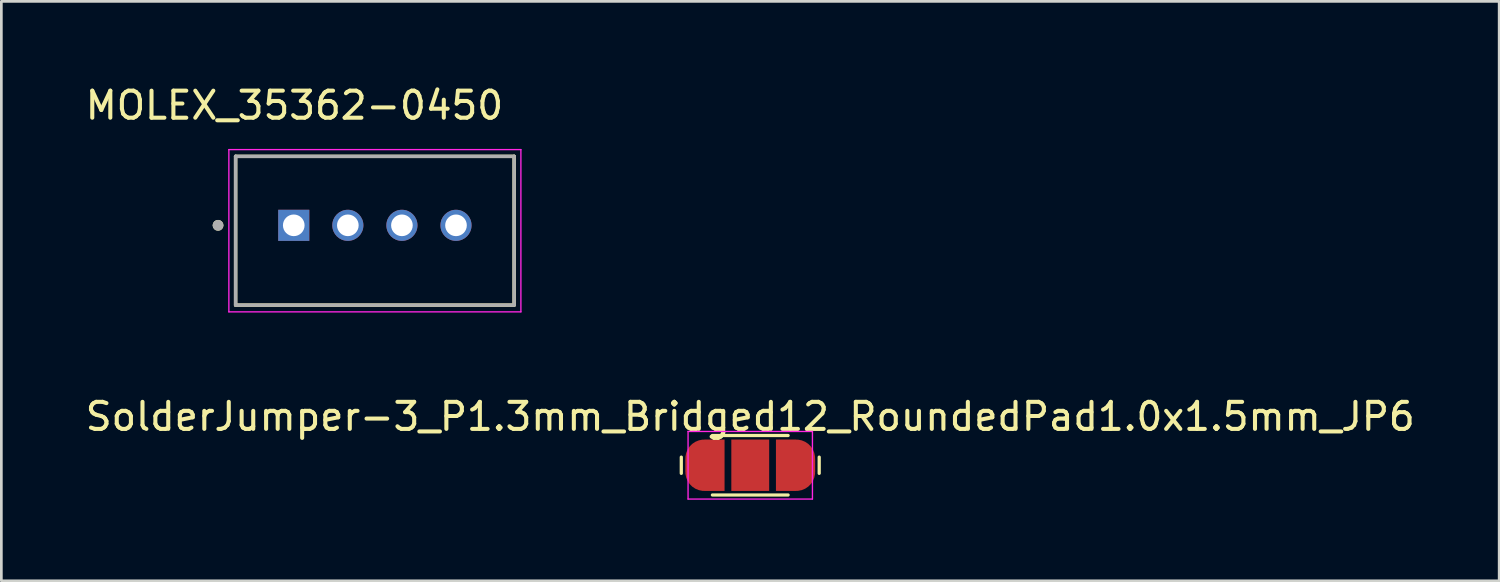
<source format=kicad_pcb>
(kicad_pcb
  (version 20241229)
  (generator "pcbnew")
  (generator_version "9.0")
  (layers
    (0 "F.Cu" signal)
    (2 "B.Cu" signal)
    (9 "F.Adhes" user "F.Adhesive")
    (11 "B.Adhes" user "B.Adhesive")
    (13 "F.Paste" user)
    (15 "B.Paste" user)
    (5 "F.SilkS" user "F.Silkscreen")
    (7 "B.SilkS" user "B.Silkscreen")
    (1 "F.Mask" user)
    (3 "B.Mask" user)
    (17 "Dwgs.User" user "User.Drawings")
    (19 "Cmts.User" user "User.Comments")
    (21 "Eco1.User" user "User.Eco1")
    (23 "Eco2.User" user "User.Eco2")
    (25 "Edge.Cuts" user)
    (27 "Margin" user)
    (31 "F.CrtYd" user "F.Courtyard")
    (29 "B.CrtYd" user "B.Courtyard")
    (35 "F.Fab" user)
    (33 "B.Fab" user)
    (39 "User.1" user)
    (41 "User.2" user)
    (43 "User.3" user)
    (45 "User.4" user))
  (footprint "SolderJumper-3_P1.3mm_Bridged12_RoundedPad1.0x1.5mm_JP6"
    (layer "F.Cu")
    (at 24.696 14.156)
    (property "Reference" "SolderJumper-3_P1.3mm_Bridged12_RoundedPad1.0x1.5mm_JP6" (at 0 -1.8 180) (layer "F.SilkS") (effects (font (size 1 1) (thickness 0.15))))
    (attr exclude_from_pos_files)
    (fp_line (start -2.55 0.3) (end -2.55 -0.3) (stroke (width 0.12) (type solid)) (layer "F.SilkS"))
    (fp_line (start -1.4 -1.1) (end 1.4 -1.1) (stroke (width 0.12) (type solid)) (layer "F.SilkS"))
    (fp_line (start 1.4 1.1) (end -1.4 1.1) (stroke (width 0.12) (type solid)) (layer "F.SilkS"))
    (fp_line (start 2.55 -0.3) (end 2.55 0.3) (stroke (width 0.12) (type solid)) (layer "F.SilkS"))
    (fp_line (start -2.3 -1.25) (end -2.3 1.25) (stroke (width 0.05) (type solid)) (layer "F.CrtYd"))
    (fp_line (start -2.3 -1.25) (end 2.3 -1.25) (stroke (width 0.05) (type solid)) (layer "F.CrtYd"))
    (fp_line (start 2.3 1.25) (end -2.3 1.25) (stroke (width 0.05) (type solid)) (layer "F.CrtYd"))
    (fp_line (start 2.3 1.25) (end 2.3 -1.25) (stroke (width 0.05) (type solid)) (layer "F.CrtYd"))
    (pad "1" smd custom (at -1.7 0) (size 1.4 0.5) (layers "F.Cu" "F.Mask") (options (anchor rect)) (primitives (gr_circle (center 0 0.25) (end 0.7 0.25) (width 0) (fill yes)) (gr_circle (center 0 -0.25) (end 0.7 -0.25) (width 0) (fill yes)) (gr_poly (pts (xy 0.75 -0.95) (xy 0 -0.95) (xy 0 0.95) (xy 0.75 0.95)) (width 0) (fill yes))))
    (pad "2" smd rect (at 0 0) (size 1.4 1.9) (layers "F.Cu" "F.Mask"))
    (pad "3" smd custom (at 1.7 0) (size 1.4 0.5) (layers "F.Cu" "F.Mask") (options (anchor rect)) (primitives (gr_circle (center 0 0.25) (end 0.7 0.25) (width 0) (fill yes)) (gr_circle (center 0 -0.25) (end 0.7 -0.25) (width 0) (fill yes)) (gr_poly (pts (xy -0.75 -0.95) (xy 0 -0.95) (xy 0 0.95) (xy -0.75 0.95)) (width 0) (fill yes)))))
  (footprint "MOLEX_35362-0450"
    (layer "F.Cu")
    (at 10.814 5.283)
    (property "Reference" "MOLEX_35362-0450" (at -2.975 -4.435 0) (layer "F.SilkS") (effects (font (size 1 1) (thickness 0.15))))
    (attr through_hole)
    (fp_line (start -5.15 2.95) (end -5.15 -2.55) (stroke (width 0.127) (type solid)) (layer "F.SilkS"))
    (fp_line (start 5.15 -2.55) (end -5.15 -2.55) (stroke (width 0.127) (type solid)) (layer "F.SilkS"))
    (fp_line (start 5.15 -2.55) (end 5.15 2.95) (stroke (width 0.127) (type solid)) (layer "F.SilkS"))
    (fp_line (start 5.15 2.95) (end -5.15 2.95) (stroke (width 0.127) (type solid)) (layer "F.SilkS"))
    (fp_circle (center -5.8 0) (end -5.7 0) (stroke (width 0.2) (type solid)) (fill no) (layer "F.SilkS"))
    (fp_line (start -5.4 -2.8) (end 5.4 -2.8) (stroke (width 0.05) (type solid)) (layer "F.CrtYd"))
    (fp_line (start -5.4 3.2) (end -5.4 -2.8) (stroke (width 0.05) (type solid)) (layer "F.CrtYd"))
    (fp_line (start 5.4 -2.8) (end 5.4 3.2) (stroke (width 0.05) (type solid)) (layer "F.CrtYd"))
    (fp_line (start 5.4 3.2) (end -5.4 3.2) (stroke (width 0.05) (type solid)) (layer "F.CrtYd"))
    (fp_line (start -5.15 -2.55) (end 5.15 -2.55) (stroke (width 0.127) (type solid)) (layer "F.Fab"))
    (fp_line (start -5.15 2.95) (end -5.15 -2.55) (stroke (width 0.127) (type solid)) (layer "F.Fab"))
    (fp_line (start 5.15 -2.55) (end 5.15 2.95) (stroke (width 0.127) (type solid)) (layer "F.Fab"))
    (fp_line (start 5.15 2.95) (end -5.15 2.95) (stroke (width 0.127) (type solid)) (layer "F.Fab"))
    (fp_circle (center -5.8 0) (end -5.7 0) (stroke (width 0.2) (type solid)) (fill no) (layer "F.Fab"))
    (pad "01" thru_hole rect (at -3 0) (size 1.15 1.15) (drill 0.8) (layers "*.Cu" "*.Mask"))
    (pad "02" thru_hole circle (at -1 0) (size 1.15 1.15) (drill 0.8) (layers "*.Cu" "*.Mask"))
    (pad "03" thru_hole circle (at 1 0) (size 1.15 1.15) (drill 0.8) (layers "*.Cu" "*.Mask"))
    (pad "04" thru_hole circle (at 3 0) (size 1.15 1.15) (drill 0.8) (layers "*.Cu" "*.Mask")))
  (gr_rect
    (start -3 -3)
    (end 52.393 18.431)
    (stroke (width 0.1) (type default))
    (fill no)
    (layer "Edge.Cuts")))
</source>
